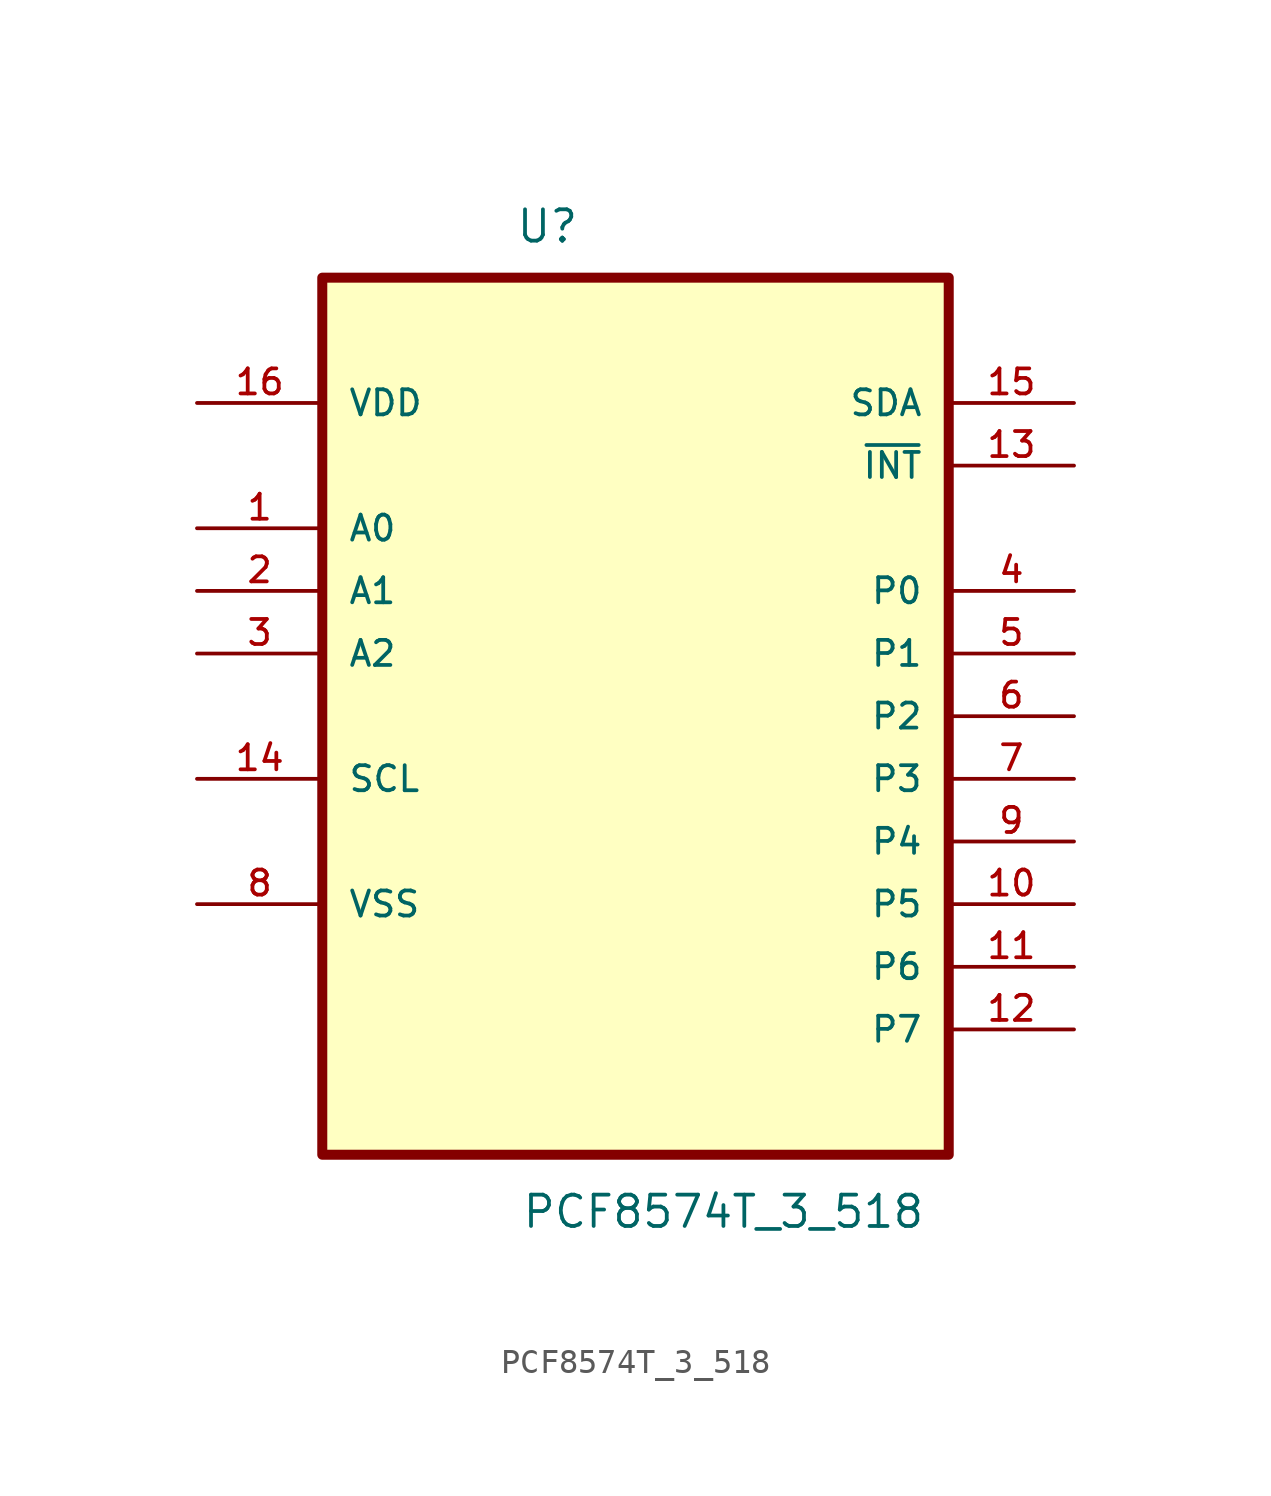
<source format=kicad_sym>
(kicad_symbol_lib
  (version 20211014)
  (generator kicad_symbol_editor)
  (symbol "PCF8574T_3_518"
    (pin_names
      (offset 1.016))
    (property "Reference" "U"
      (at -4.882 16.579 0.0)
      (effects (font (size 1.27 1.27)) (justify bottom left)))
    (property "Value" "PCF8574T_3_518"
      (at -4.639 -23.372 0.0)
      (effects (font (size 1.27 1.27)) (justify bottom left)))
    (symbol "PCF8574T_3_518_0_0"
      (rectangle (start -12.7 -20.32) (end 12.7 15.24) (stroke (width 0.406)) (fill (type background)))
      (pin power_in line (at -17.78 10.16 0) (length 5.08) (name "VDD" (effects (font (size 1.016 1.016)))) (number "16" (effects (font (size 1.016 1.016)))))
      (pin input line (at -17.78 5.08 0) (length 5.08) (name "A0" (effects (font (size 1.016 1.016)))) (number "1" (effects (font (size 1.016 1.016)))))
      (pin input line (at -17.78 2.54 0) (length 5.08) (name "A1" (effects (font (size 1.016 1.016)))) (number "2" (effects (font (size 1.016 1.016)))))
      (pin input line (at -17.78 0.0 0) (length 5.08) (name "A2" (effects (font (size 1.016 1.016)))) (number "3" (effects (font (size 1.016 1.016)))))
      (pin input line (at -17.78 -5.08 0) (length 5.08) (name "SCL" (effects (font (size 1.016 1.016)))) (number "14" (effects (font (size 1.016 1.016)))))
      (pin passive line (at -17.78 -10.16 0) (length 5.08) (name "VSS" (effects (font (size 1.016 1.016)))) (number "8" (effects (font (size 1.016 1.016)))))
      (pin bidirectional line (at 17.78 10.16 180.0) (length 5.08) (name "SDA" (effects (font (size 1.016 1.016)))) (number "15" (effects (font (size 1.016 1.016)))))
      (pin output line (at 17.78 7.62 180.0) (length 5.08) (name "~{INT}" (effects (font (size 1.016 1.016)))) (number "13" (effects (font (size 1.016 1.016)))))
      (pin bidirectional line (at 17.78 2.54 180.0) (length 5.08) (name "P0" (effects (font (size 1.016 1.016)))) (number "4" (effects (font (size 1.016 1.016)))))
      (pin bidirectional line (at 17.78 0.0 180.0) (length 5.08) (name "P1" (effects (font (size 1.016 1.016)))) (number "5" (effects (font (size 1.016 1.016)))))
      (pin bidirectional line (at 17.78 -2.54 180.0) (length 5.08) (name "P2" (effects (font (size 1.016 1.016)))) (number "6" (effects (font (size 1.016 1.016)))))
      (pin bidirectional line (at 17.78 -5.08 180.0) (length 5.08) (name "P3" (effects (font (size 1.016 1.016)))) (number "7" (effects (font (size 1.016 1.016)))))
      (pin bidirectional line (at 17.78 -7.62 180.0) (length 5.08) (name "P4" (effects (font (size 1.016 1.016)))) (number "9" (effects (font (size 1.016 1.016)))))
      (pin bidirectional line (at 17.78 -10.16 180.0) (length 5.08) (name "P5" (effects (font (size 1.016 1.016)))) (number "10" (effects (font (size 1.016 1.016)))))
      (pin bidirectional line (at 17.78 -12.7 180.0) (length 5.08) (name "P6" (effects (font (size 1.016 1.016)))) (number "11" (effects (font (size 1.016 1.016)))))
      (pin bidirectional line (at 17.78 -15.24 180.0) (length 5.08) (name "P7" (effects (font (size 1.016 1.016)))) (number "12" (effects (font (size 1.016 1.016))))))))
</source>
